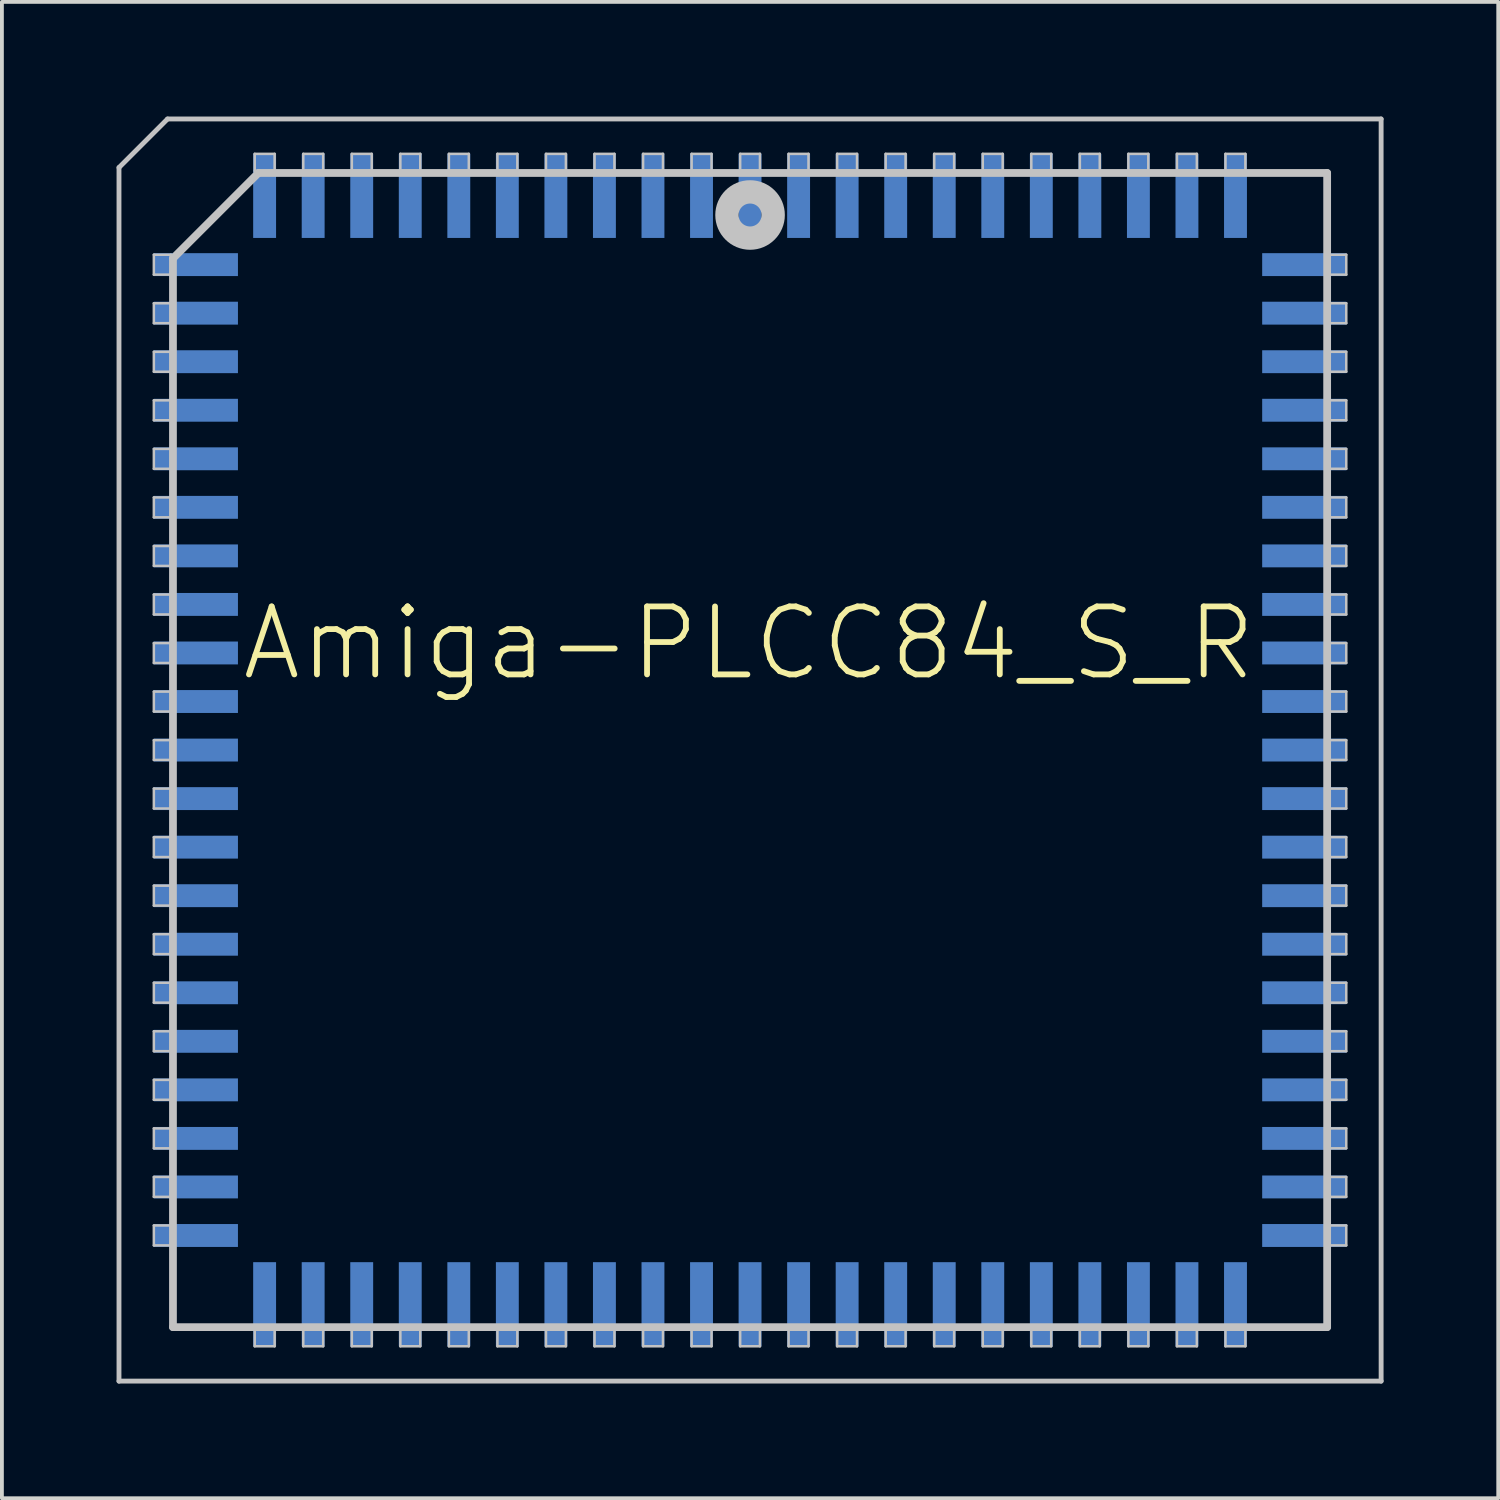
<source format=kicad_pcb>
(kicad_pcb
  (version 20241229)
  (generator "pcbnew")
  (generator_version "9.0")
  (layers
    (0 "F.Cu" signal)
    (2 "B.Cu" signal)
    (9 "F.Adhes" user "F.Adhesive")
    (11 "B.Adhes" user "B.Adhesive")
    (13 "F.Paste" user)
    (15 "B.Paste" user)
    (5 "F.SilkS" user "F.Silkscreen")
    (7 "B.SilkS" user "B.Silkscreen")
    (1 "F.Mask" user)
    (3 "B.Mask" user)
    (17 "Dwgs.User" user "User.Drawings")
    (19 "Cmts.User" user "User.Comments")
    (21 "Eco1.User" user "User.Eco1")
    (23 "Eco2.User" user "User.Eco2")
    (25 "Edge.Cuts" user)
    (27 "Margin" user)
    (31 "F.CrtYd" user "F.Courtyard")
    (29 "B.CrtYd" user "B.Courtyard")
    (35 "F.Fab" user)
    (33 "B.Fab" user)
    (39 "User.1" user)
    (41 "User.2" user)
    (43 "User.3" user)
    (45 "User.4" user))
  (footprint "Amiga-PLCC84_S_R"
    (layer "F.Cu")
    (at 16.573 16.573)
    (property "Reference" "Amiga-PLCC84_S_R" (at -0.028 -2.794 0) (layer "F.SilkS") (effects (font (size 1.778 1.778) (thickness 0.152))))
    (attr smd)
    (fp_line (start -16.51 -15.24) (end -16.51 16.51) (stroke (width 0.127) (type solid)) (layer "Dwgs.User"))
    (fp_line (start -16.51 16.51) (end 16.51 16.51) (stroke (width 0.127) (type solid)) (layer "Dwgs.User"))
    (fp_line (start -15.598 -12.959) (end -15.149 -12.959) (stroke (width 0.066) (type solid)) (layer "Dwgs.User"))
    (fp_line (start -15.598 -12.438) (end -15.598 -12.959) (stroke (width 0.066) (type solid)) (layer "Dwgs.User"))
    (fp_line (start -15.598 -12.438) (end -15.149 -12.438) (stroke (width 0.066) (type solid)) (layer "Dwgs.User"))
    (fp_line (start -15.598 -11.689) (end -15.149 -11.689) (stroke (width 0.066) (type solid)) (layer "Dwgs.User"))
    (fp_line (start -15.598 -11.168) (end -15.598 -11.689) (stroke (width 0.066) (type solid)) (layer "Dwgs.User"))
    (fp_line (start -15.598 -11.168) (end -15.149 -11.168) (stroke (width 0.066) (type solid)) (layer "Dwgs.User"))
    (fp_line (start -15.598 -10.419) (end -15.149 -10.419) (stroke (width 0.066) (type solid)) (layer "Dwgs.User"))
    (fp_line (start -15.598 -9.898) (end -15.598 -10.419) (stroke (width 0.066) (type solid)) (layer "Dwgs.User"))
    (fp_line (start -15.598 -9.898) (end -15.149 -9.898) (stroke (width 0.066) (type solid)) (layer "Dwgs.User"))
    (fp_line (start -15.598 -9.149) (end -15.149 -9.149) (stroke (width 0.066) (type solid)) (layer "Dwgs.User"))
    (fp_line (start -15.598 -8.628) (end -15.598 -9.149) (stroke (width 0.066) (type solid)) (layer "Dwgs.User"))
    (fp_line (start -15.598 -8.628) (end -15.149 -8.628) (stroke (width 0.066) (type solid)) (layer "Dwgs.User"))
    (fp_line (start -15.598 -7.879) (end -15.149 -7.879) (stroke (width 0.066) (type solid)) (layer "Dwgs.User"))
    (fp_line (start -15.598 -7.358) (end -15.598 -7.879) (stroke (width 0.066) (type solid)) (layer "Dwgs.User"))
    (fp_line (start -15.598 -7.358) (end -15.149 -7.358) (stroke (width 0.066) (type solid)) (layer "Dwgs.User"))
    (fp_line (start -15.598 -6.609) (end -15.149 -6.609) (stroke (width 0.066) (type solid)) (layer "Dwgs.User"))
    (fp_line (start -15.598 -6.088) (end -15.598 -6.609) (stroke (width 0.066) (type solid)) (layer "Dwgs.User"))
    (fp_line (start -15.598 -6.088) (end -15.149 -6.088) (stroke (width 0.066) (type solid)) (layer "Dwgs.User"))
    (fp_line (start -15.598 -5.339) (end -15.149 -5.339) (stroke (width 0.066) (type solid)) (layer "Dwgs.User"))
    (fp_line (start -15.598 -4.818) (end -15.598 -5.339) (stroke (width 0.066) (type solid)) (layer "Dwgs.User"))
    (fp_line (start -15.598 -4.818) (end -15.149 -4.818) (stroke (width 0.066) (type solid)) (layer "Dwgs.User"))
    (fp_line (start -15.598 -4.069) (end -15.149 -4.069) (stroke (width 0.066) (type solid)) (layer "Dwgs.User"))
    (fp_line (start -15.598 -3.548) (end -15.598 -4.069) (stroke (width 0.066) (type solid)) (layer "Dwgs.User"))
    (fp_line (start -15.598 -3.548) (end -15.149 -3.548) (stroke (width 0.066) (type solid)) (layer "Dwgs.User"))
    (fp_line (start -15.598 -2.799) (end -15.149 -2.799) (stroke (width 0.066) (type solid)) (layer "Dwgs.User"))
    (fp_line (start -15.598 -2.278) (end -15.598 -2.799) (stroke (width 0.066) (type solid)) (layer "Dwgs.User"))
    (fp_line (start -15.598 -2.278) (end -15.149 -2.278) (stroke (width 0.066) (type solid)) (layer "Dwgs.User"))
    (fp_line (start -15.598 -1.529) (end -15.149 -1.529) (stroke (width 0.066) (type solid)) (layer "Dwgs.User"))
    (fp_line (start -15.598 -1.008) (end -15.598 -1.529) (stroke (width 0.066) (type solid)) (layer "Dwgs.User"))
    (fp_line (start -15.598 -1.008) (end -15.149 -1.008) (stroke (width 0.066) (type solid)) (layer "Dwgs.User"))
    (fp_line (start -15.598 -0.259) (end -15.149 -0.259) (stroke (width 0.066) (type solid)) (layer "Dwgs.User"))
    (fp_line (start -15.598 0.259) (end -15.598 -0.259) (stroke (width 0.066) (type solid)) (layer "Dwgs.User"))
    (fp_line (start -15.598 0.259) (end -15.149 0.259) (stroke (width 0.066) (type solid)) (layer "Dwgs.User"))
    (fp_line (start -15.598 1.008) (end -15.149 1.008) (stroke (width 0.066) (type solid)) (layer "Dwgs.User"))
    (fp_line (start -15.598 1.529) (end -15.598 1.008) (stroke (width 0.066) (type solid)) (layer "Dwgs.User"))
    (fp_line (start -15.598 1.529) (end -15.149 1.529) (stroke (width 0.066) (type solid)) (layer "Dwgs.User"))
    (fp_line (start -15.598 2.278) (end -15.149 2.278) (stroke (width 0.066) (type solid)) (layer "Dwgs.User"))
    (fp_line (start -15.598 2.799) (end -15.598 2.278) (stroke (width 0.066) (type solid)) (layer "Dwgs.User"))
    (fp_line (start -15.598 2.799) (end -15.149 2.799) (stroke (width 0.066) (type solid)) (layer "Dwgs.User"))
    (fp_line (start -15.598 3.548) (end -15.149 3.548) (stroke (width 0.066) (type solid)) (layer "Dwgs.User"))
    (fp_line (start -15.598 4.069) (end -15.598 3.548) (stroke (width 0.066) (type solid)) (layer "Dwgs.User"))
    (fp_line (start -15.598 4.069) (end -15.149 4.069) (stroke (width 0.066) (type solid)) (layer "Dwgs.User"))
    (fp_line (start -15.598 4.818) (end -15.149 4.818) (stroke (width 0.066) (type solid)) (layer "Dwgs.User"))
    (fp_line (start -15.598 5.339) (end -15.598 4.818) (stroke (width 0.066) (type solid)) (layer "Dwgs.User"))
    (fp_line (start -15.598 5.339) (end -15.149 5.339) (stroke (width 0.066) (type solid)) (layer "Dwgs.User"))
    (fp_line (start -15.598 6.088) (end -15.149 6.088) (stroke (width 0.066) (type solid)) (layer "Dwgs.User"))
    (fp_line (start -15.598 6.609) (end -15.598 6.088) (stroke (width 0.066) (type solid)) (layer "Dwgs.User"))
    (fp_line (start -15.598 6.609) (end -15.149 6.609) (stroke (width 0.066) (type solid)) (layer "Dwgs.User"))
    (fp_line (start -15.598 7.358) (end -15.149 7.358) (stroke (width 0.066) (type solid)) (layer "Dwgs.User"))
    (fp_line (start -15.598 7.879) (end -15.598 7.358) (stroke (width 0.066) (type solid)) (layer "Dwgs.User"))
    (fp_line (start -15.598 7.879) (end -15.149 7.879) (stroke (width 0.066) (type solid)) (layer "Dwgs.User"))
    (fp_line (start -15.598 8.628) (end -15.149 8.628) (stroke (width 0.066) (type solid)) (layer "Dwgs.User"))
    (fp_line (start -15.598 9.149) (end -15.598 8.628) (stroke (width 0.066) (type solid)) (layer "Dwgs.User"))
    (fp_line (start -15.598 9.149) (end -15.149 9.149) (stroke (width 0.066) (type solid)) (layer "Dwgs.User"))
    (fp_line (start -15.598 9.898) (end -15.149 9.898) (stroke (width 0.066) (type solid)) (layer "Dwgs.User"))
    (fp_line (start -15.598 10.419) (end -15.598 9.898) (stroke (width 0.066) (type solid)) (layer "Dwgs.User"))
    (fp_line (start -15.598 10.419) (end -15.149 10.419) (stroke (width 0.066) (type solid)) (layer "Dwgs.User"))
    (fp_line (start -15.598 11.168) (end -15.149 11.168) (stroke (width 0.066) (type solid)) (layer "Dwgs.User"))
    (fp_line (start -15.598 11.689) (end -15.598 11.168) (stroke (width 0.066) (type solid)) (layer "Dwgs.User"))
    (fp_line (start -15.598 11.689) (end -15.149 11.689) (stroke (width 0.066) (type solid)) (layer "Dwgs.User"))
    (fp_line (start -15.598 12.438) (end -15.149 12.438) (stroke (width 0.066) (type solid)) (layer "Dwgs.User"))
    (fp_line (start -15.598 12.959) (end -15.598 12.438) (stroke (width 0.066) (type solid)) (layer "Dwgs.User"))
    (fp_line (start -15.598 12.959) (end -15.149 12.959) (stroke (width 0.066) (type solid)) (layer "Dwgs.User"))
    (fp_line (start -15.24 -16.51) (end -16.51 -15.24) (stroke (width 0.127) (type solid)) (layer "Dwgs.User"))
    (fp_line (start -15.149 -12.438) (end -15.149 -12.959) (stroke (width 0.066) (type solid)) (layer "Dwgs.User"))
    (fp_line (start -15.149 -11.168) (end -15.149 -11.689) (stroke (width 0.066) (type solid)) (layer "Dwgs.User"))
    (fp_line (start -15.149 -9.898) (end -15.149 -10.419) (stroke (width 0.066) (type solid)) (layer "Dwgs.User"))
    (fp_line (start -15.149 -8.628) (end -15.149 -9.149) (stroke (width 0.066) (type solid)) (layer "Dwgs.User"))
    (fp_line (start -15.149 -7.358) (end -15.149 -7.879) (stroke (width 0.066) (type solid)) (layer "Dwgs.User"))
    (fp_line (start -15.149 -6.088) (end -15.149 -6.609) (stroke (width 0.066) (type solid)) (layer "Dwgs.User"))
    (fp_line (start -15.149 -4.818) (end -15.149 -5.339) (stroke (width 0.066) (type solid)) (layer "Dwgs.User"))
    (fp_line (start -15.149 -3.548) (end -15.149 -4.069) (stroke (width 0.066) (type solid)) (layer "Dwgs.User"))
    (fp_line (start -15.149 -2.278) (end -15.149 -2.799) (stroke (width 0.066) (type solid)) (layer "Dwgs.User"))
    (fp_line (start -15.149 -1.008) (end -15.149 -1.529) (stroke (width 0.066) (type solid)) (layer "Dwgs.User"))
    (fp_line (start -15.149 0.259) (end -15.149 -0.259) (stroke (width 0.066) (type solid)) (layer "Dwgs.User"))
    (fp_line (start -15.149 1.529) (end -15.149 1.008) (stroke (width 0.066) (type solid)) (layer "Dwgs.User"))
    (fp_line (start -15.149 2.799) (end -15.149 2.278) (stroke (width 0.066) (type solid)) (layer "Dwgs.User"))
    (fp_line (start -15.149 4.069) (end -15.149 3.548) (stroke (width 0.066) (type solid)) (layer "Dwgs.User"))
    (fp_line (start -15.149 5.339) (end -15.149 4.818) (stroke (width 0.066) (type solid)) (layer "Dwgs.User"))
    (fp_line (start -15.149 6.609) (end -15.149 6.088) (stroke (width 0.066) (type solid)) (layer "Dwgs.User"))
    (fp_line (start -15.149 7.879) (end -15.149 7.358) (stroke (width 0.066) (type solid)) (layer "Dwgs.User"))
    (fp_line (start -15.149 9.149) (end -15.149 8.628) (stroke (width 0.066) (type solid)) (layer "Dwgs.User"))
    (fp_line (start -15.149 10.419) (end -15.149 9.898) (stroke (width 0.066) (type solid)) (layer "Dwgs.User"))
    (fp_line (start -15.149 11.689) (end -15.149 11.168) (stroke (width 0.066) (type solid)) (layer "Dwgs.User"))
    (fp_line (start -15.149 12.959) (end -15.149 12.438) (stroke (width 0.066) (type solid)) (layer "Dwgs.User"))
    (fp_line (start -15.098 -12.863) (end -15.098 15.098) (stroke (width 0.203) (type solid)) (layer "Dwgs.User"))
    (fp_line (start -15.098 15.098) (end 15.098 15.098) (stroke (width 0.203) (type solid)) (layer "Dwgs.User"))
    (fp_line (start -12.959 -15.598) (end -12.438 -15.598) (stroke (width 0.066) (type solid)) (layer "Dwgs.User"))
    (fp_line (start -12.959 -15.149) (end -12.959 -15.598) (stroke (width 0.066) (type solid)) (layer "Dwgs.User"))
    (fp_line (start -12.959 -15.149) (end -12.438 -15.149) (stroke (width 0.066) (type solid)) (layer "Dwgs.User"))
    (fp_line (start -12.959 15.149) (end -12.438 15.149) (stroke (width 0.066) (type solid)) (layer "Dwgs.User"))
    (fp_line (start -12.959 15.598) (end -12.959 15.149) (stroke (width 0.066) (type solid)) (layer "Dwgs.User"))
    (fp_line (start -12.959 15.598) (end -12.438 15.598) (stroke (width 0.066) (type solid)) (layer "Dwgs.User"))
    (fp_line (start -12.863 -15.098) (end -15.098 -12.863) (stroke (width 0.203) (type solid)) (layer "Dwgs.User"))
    (fp_line (start -12.438 -15.149) (end -12.438 -15.598) (stroke (width 0.066) (type solid)) (layer "Dwgs.User"))
    (fp_line (start -12.438 15.598) (end -12.438 15.149) (stroke (width 0.066) (type solid)) (layer "Dwgs.User"))
    (fp_line (start -11.689 -15.598) (end -11.168 -15.598) (stroke (width 0.066) (type solid)) (layer "Dwgs.User"))
    (fp_line (start -11.689 -15.149) (end -11.689 -15.598) (stroke (width 0.066) (type solid)) (layer "Dwgs.User"))
    (fp_line (start -11.689 -15.149) (end -11.168 -15.149) (stroke (width 0.066) (type solid)) (layer "Dwgs.User"))
    (fp_line (start -11.689 15.149) (end -11.168 15.149) (stroke (width 0.066) (type solid)) (layer "Dwgs.User"))
    (fp_line (start -11.689 15.598) (end -11.689 15.149) (stroke (width 0.066) (type solid)) (layer "Dwgs.User"))
    (fp_line (start -11.689 15.598) (end -11.168 15.598) (stroke (width 0.066) (type solid)) (layer "Dwgs.User"))
    (fp_line (start -11.168 -15.149) (end -11.168 -15.598) (stroke (width 0.066) (type solid)) (layer "Dwgs.User"))
    (fp_line (start -11.168 15.598) (end -11.168 15.149) (stroke (width 0.066) (type solid)) (layer "Dwgs.User"))
    (fp_line (start -10.419 -15.598) (end -9.898 -15.598) (stroke (width 0.066) (type solid)) (layer "Dwgs.User"))
    (fp_line (start -10.419 -15.149) (end -10.419 -15.598) (stroke (width 0.066) (type solid)) (layer "Dwgs.User"))
    (fp_line (start -10.419 -15.149) (end -9.898 -15.149) (stroke (width 0.066) (type solid)) (layer "Dwgs.User"))
    (fp_line (start -10.419 15.149) (end -9.898 15.149) (stroke (width 0.066) (type solid)) (layer "Dwgs.User"))
    (fp_line (start -10.419 15.598) (end -10.419 15.149) (stroke (width 0.066) (type solid)) (layer "Dwgs.User"))
    (fp_line (start -10.419 15.598) (end -9.898 15.598) (stroke (width 0.066) (type solid)) (layer "Dwgs.User"))
    (fp_line (start -9.898 -15.149) (end -9.898 -15.598) (stroke (width 0.066) (type solid)) (layer "Dwgs.User"))
    (fp_line (start -9.898 15.598) (end -9.898 15.149) (stroke (width 0.066) (type solid)) (layer "Dwgs.User"))
    (fp_line (start -9.149 -15.598) (end -8.628 -15.598) (stroke (width 0.066) (type solid)) (layer "Dwgs.User"))
    (fp_line (start -9.149 -15.149) (end -9.149 -15.598) (stroke (width 0.066) (type solid)) (layer "Dwgs.User"))
    (fp_line (start -9.149 -15.149) (end -8.628 -15.149) (stroke (width 0.066) (type solid)) (layer "Dwgs.User"))
    (fp_line (start -9.149 15.149) (end -8.628 15.149) (stroke (width 0.066) (type solid)) (layer "Dwgs.User"))
    (fp_line (start -9.149 15.598) (end -9.149 15.149) (stroke (width 0.066) (type solid)) (layer "Dwgs.User"))
    (fp_line (start -9.149 15.598) (end -8.628 15.598) (stroke (width 0.066) (type solid)) (layer "Dwgs.User"))
    (fp_line (start -8.628 -15.149) (end -8.628 -15.598) (stroke (width 0.066) (type solid)) (layer "Dwgs.User"))
    (fp_line (start -8.628 15.598) (end -8.628 15.149) (stroke (width 0.066) (type solid)) (layer "Dwgs.User"))
    (fp_line (start -7.879 -15.598) (end -7.358 -15.598) (stroke (width 0.066) (type solid)) (layer "Dwgs.User"))
    (fp_line (start -7.879 -15.149) (end -7.879 -15.598) (stroke (width 0.066) (type solid)) (layer "Dwgs.User"))
    (fp_line (start -7.879 -15.149) (end -7.358 -15.149) (stroke (width 0.066) (type solid)) (layer "Dwgs.User"))
    (fp_line (start -7.879 15.149) (end -7.358 15.149) (stroke (width 0.066) (type solid)) (layer "Dwgs.User"))
    (fp_line (start -7.879 15.598) (end -7.879 15.149) (stroke (width 0.066) (type solid)) (layer "Dwgs.User"))
    (fp_line (start -7.879 15.598) (end -7.358 15.598) (stroke (width 0.066) (type solid)) (layer "Dwgs.User"))
    (fp_line (start -7.358 -15.149) (end -7.358 -15.598) (stroke (width 0.066) (type solid)) (layer "Dwgs.User"))
    (fp_line (start -7.358 15.598) (end -7.358 15.149) (stroke (width 0.066) (type solid)) (layer "Dwgs.User"))
    (fp_line (start -6.609 -15.598) (end -6.088 -15.598) (stroke (width 0.066) (type solid)) (layer "Dwgs.User"))
    (fp_line (start -6.609 -15.149) (end -6.609 -15.598) (stroke (width 0.066) (type solid)) (layer "Dwgs.User"))
    (fp_line (start -6.609 -15.149) (end -6.088 -15.149) (stroke (width 0.066) (type solid)) (layer "Dwgs.User"))
    (fp_line (start -6.609 15.149) (end -6.088 15.149) (stroke (width 0.066) (type solid)) (layer "Dwgs.User"))
    (fp_line (start -6.609 15.598) (end -6.609 15.149) (stroke (width 0.066) (type solid)) (layer "Dwgs.User"))
    (fp_line (start -6.609 15.598) (end -6.088 15.598) (stroke (width 0.066) (type solid)) (layer "Dwgs.User"))
    (fp_line (start -6.088 -15.149) (end -6.088 -15.598) (stroke (width 0.066) (type solid)) (layer "Dwgs.User"))
    (fp_line (start -6.088 15.598) (end -6.088 15.149) (stroke (width 0.066) (type solid)) (layer "Dwgs.User"))
    (fp_line (start -5.339 -15.598) (end -4.818 -15.598) (stroke (width 0.066) (type solid)) (layer "Dwgs.User"))
    (fp_line (start -5.339 -15.149) (end -5.339 -15.598) (stroke (width 0.066) (type solid)) (layer "Dwgs.User"))
    (fp_line (start -5.339 -15.149) (end -4.818 -15.149) (stroke (width 0.066) (type solid)) (layer "Dwgs.User"))
    (fp_line (start -5.339 15.149) (end -4.818 15.149) (stroke (width 0.066) (type solid)) (layer "Dwgs.User"))
    (fp_line (start -5.339 15.598) (end -5.339 15.149) (stroke (width 0.066) (type solid)) (layer "Dwgs.User"))
    (fp_line (start -5.339 15.598) (end -4.818 15.598) (stroke (width 0.066) (type solid)) (layer "Dwgs.User"))
    (fp_line (start -4.818 -15.149) (end -4.818 -15.598) (stroke (width 0.066) (type solid)) (layer "Dwgs.User"))
    (fp_line (start -4.818 15.598) (end -4.818 15.149) (stroke (width 0.066) (type solid)) (layer "Dwgs.User"))
    (fp_line (start -4.069 -15.598) (end -3.548 -15.598) (stroke (width 0.066) (type solid)) (layer "Dwgs.User"))
    (fp_line (start -4.069 -15.149) (end -4.069 -15.598) (stroke (width 0.066) (type solid)) (layer "Dwgs.User"))
    (fp_line (start -4.069 -15.149) (end -3.548 -15.149) (stroke (width 0.066) (type solid)) (layer "Dwgs.User"))
    (fp_line (start -4.069 15.149) (end -3.548 15.149) (stroke (width 0.066) (type solid)) (layer "Dwgs.User"))
    (fp_line (start -4.069 15.598) (end -4.069 15.149) (stroke (width 0.066) (type solid)) (layer "Dwgs.User"))
    (fp_line (start -4.069 15.598) (end -3.548 15.598) (stroke (width 0.066) (type solid)) (layer "Dwgs.User"))
    (fp_line (start -3.548 -15.149) (end -3.548 -15.598) (stroke (width 0.066) (type solid)) (layer "Dwgs.User"))
    (fp_line (start -3.548 15.598) (end -3.548 15.149) (stroke (width 0.066) (type solid)) (layer "Dwgs.User"))
    (fp_line (start -2.799 -15.598) (end -2.278 -15.598) (stroke (width 0.066) (type solid)) (layer "Dwgs.User"))
    (fp_line (start -2.799 -15.149) (end -2.799 -15.598) (stroke (width 0.066) (type solid)) (layer "Dwgs.User"))
    (fp_line (start -2.799 -15.149) (end -2.278 -15.149) (stroke (width 0.066) (type solid)) (layer "Dwgs.User"))
    (fp_line (start -2.799 15.149) (end -2.278 15.149) (stroke (width 0.066) (type solid)) (layer "Dwgs.User"))
    (fp_line (start -2.799 15.598) (end -2.799 15.149) (stroke (width 0.066) (type solid)) (layer "Dwgs.User"))
    (fp_line (start -2.799 15.598) (end -2.278 15.598) (stroke (width 0.066) (type solid)) (layer "Dwgs.User"))
    (fp_line (start -2.278 -15.149) (end -2.278 -15.598) (stroke (width 0.066) (type solid)) (layer "Dwgs.User"))
    (fp_line (start -2.278 15.598) (end -2.278 15.149) (stroke (width 0.066) (type solid)) (layer "Dwgs.User"))
    (fp_line (start -1.529 -15.598) (end -1.008 -15.598) (stroke (width 0.066) (type solid)) (layer "Dwgs.User"))
    (fp_line (start -1.529 -15.149) (end -1.529 -15.598) (stroke (width 0.066) (type solid)) (layer "Dwgs.User"))
    (fp_line (start -1.529 -15.149) (end -1.008 -15.149) (stroke (width 0.066) (type solid)) (layer "Dwgs.User"))
    (fp_line (start -1.529 15.149) (end -1.008 15.149) (stroke (width 0.066) (type solid)) (layer "Dwgs.User"))
    (fp_line (start -1.529 15.598) (end -1.529 15.149) (stroke (width 0.066) (type solid)) (layer "Dwgs.User"))
    (fp_line (start -1.529 15.598) (end -1.008 15.598) (stroke (width 0.066) (type solid)) (layer "Dwgs.User"))
    (fp_line (start -1.008 -15.149) (end -1.008 -15.598) (stroke (width 0.066) (type solid)) (layer "Dwgs.User"))
    (fp_line (start -1.008 15.598) (end -1.008 15.149) (stroke (width 0.066) (type solid)) (layer "Dwgs.User"))
    (fp_line (start -0.259 -15.598) (end 0.259 -15.598) (stroke (width 0.066) (type solid)) (layer "Dwgs.User"))
    (fp_line (start -0.259 -15.149) (end -0.259 -15.598) (stroke (width 0.066) (type solid)) (layer "Dwgs.User"))
    (fp_line (start -0.259 -15.149) (end 0.259 -15.149) (stroke (width 0.066) (type solid)) (layer "Dwgs.User"))
    (fp_line (start -0.259 15.149) (end 0.259 15.149) (stroke (width 0.066) (type solid)) (layer "Dwgs.User"))
    (fp_line (start -0.259 15.598) (end -0.259 15.149) (stroke (width 0.066) (type solid)) (layer "Dwgs.User"))
    (fp_line (start -0.259 15.598) (end 0.259 15.598) (stroke (width 0.066) (type solid)) (layer "Dwgs.User"))
    (fp_line (start 0.259 -15.149) (end 0.259 -15.598) (stroke (width 0.066) (type solid)) (layer "Dwgs.User"))
    (fp_line (start 0.259 15.598) (end 0.259 15.149) (stroke (width 0.066) (type solid)) (layer "Dwgs.User"))
    (fp_line (start 1.008 -15.598) (end 1.529 -15.598) (stroke (width 0.066) (type solid)) (layer "Dwgs.User"))
    (fp_line (start 1.008 -15.149) (end 1.008 -15.598) (stroke (width 0.066) (type solid)) (layer "Dwgs.User"))
    (fp_line (start 1.008 -15.149) (end 1.529 -15.149) (stroke (width 0.066) (type solid)) (layer "Dwgs.User"))
    (fp_line (start 1.008 15.149) (end 1.529 15.149) (stroke (width 0.066) (type solid)) (layer "Dwgs.User"))
    (fp_line (start 1.008 15.598) (end 1.008 15.149) (stroke (width 0.066) (type solid)) (layer "Dwgs.User"))
    (fp_line (start 1.008 15.598) (end 1.529 15.598) (stroke (width 0.066) (type solid)) (layer "Dwgs.User"))
    (fp_line (start 1.529 -15.149) (end 1.529 -15.598) (stroke (width 0.066) (type solid)) (layer "Dwgs.User"))
    (fp_line (start 1.529 15.598) (end 1.529 15.149) (stroke (width 0.066) (type solid)) (layer "Dwgs.User"))
    (fp_line (start 2.278 -15.598) (end 2.799 -15.598) (stroke (width 0.066) (type solid)) (layer "Dwgs.User"))
    (fp_line (start 2.278 -15.149) (end 2.278 -15.598) (stroke (width 0.066) (type solid)) (layer "Dwgs.User"))
    (fp_line (start 2.278 -15.149) (end 2.799 -15.149) (stroke (width 0.066) (type solid)) (layer "Dwgs.User"))
    (fp_line (start 2.278 15.149) (end 2.799 15.149) (stroke (width 0.066) (type solid)) (layer "Dwgs.User"))
    (fp_line (start 2.278 15.598) (end 2.278 15.149) (stroke (width 0.066) (type solid)) (layer "Dwgs.User"))
    (fp_line (start 2.278 15.598) (end 2.799 15.598) (stroke (width 0.066) (type solid)) (layer "Dwgs.User"))
    (fp_line (start 2.799 -15.149) (end 2.799 -15.598) (stroke (width 0.066) (type solid)) (layer "Dwgs.User"))
    (fp_line (start 2.799 15.598) (end 2.799 15.149) (stroke (width 0.066) (type solid)) (layer "Dwgs.User"))
    (fp_line (start 3.548 -15.598) (end 4.069 -15.598) (stroke (width 0.066) (type solid)) (layer "Dwgs.User"))
    (fp_line (start 3.548 -15.149) (end 3.548 -15.598) (stroke (width 0.066) (type solid)) (layer "Dwgs.User"))
    (fp_line (start 3.548 -15.149) (end 4.069 -15.149) (stroke (width 0.066) (type solid)) (layer "Dwgs.User"))
    (fp_line (start 3.548 15.149) (end 4.069 15.149) (stroke (width 0.066) (type solid)) (layer "Dwgs.User"))
    (fp_line (start 3.548 15.598) (end 3.548 15.149) (stroke (width 0.066) (type solid)) (layer "Dwgs.User"))
    (fp_line (start 3.548 15.598) (end 4.069 15.598) (stroke (width 0.066) (type solid)) (layer "Dwgs.User"))
    (fp_line (start 4.069 -15.149) (end 4.069 -15.598) (stroke (width 0.066) (type solid)) (layer "Dwgs.User"))
    (fp_line (start 4.069 15.598) (end 4.069 15.149) (stroke (width 0.066) (type solid)) (layer "Dwgs.User"))
    (fp_line (start 4.818 -15.598) (end 5.339 -15.598) (stroke (width 0.066) (type solid)) (layer "Dwgs.User"))
    (fp_line (start 4.818 -15.149) (end 4.818 -15.598) (stroke (width 0.066) (type solid)) (layer "Dwgs.User"))
    (fp_line (start 4.818 -15.149) (end 5.339 -15.149) (stroke (width 0.066) (type solid)) (layer "Dwgs.User"))
    (fp_line (start 4.818 15.149) (end 5.339 15.149) (stroke (width 0.066) (type solid)) (layer "Dwgs.User"))
    (fp_line (start 4.818 15.598) (end 4.818 15.149) (stroke (width 0.066) (type solid)) (layer "Dwgs.User"))
    (fp_line (start 4.818 15.598) (end 5.339 15.598) (stroke (width 0.066) (type solid)) (layer "Dwgs.User"))
    (fp_line (start 5.339 -15.149) (end 5.339 -15.598) (stroke (width 0.066) (type solid)) (layer "Dwgs.User"))
    (fp_line (start 5.339 15.598) (end 5.339 15.149) (stroke (width 0.066) (type solid)) (layer "Dwgs.User"))
    (fp_line (start 6.088 -15.598) (end 6.609 -15.598) (stroke (width 0.066) (type solid)) (layer "Dwgs.User"))
    (fp_line (start 6.088 -15.149) (end 6.088 -15.598) (stroke (width 0.066) (type solid)) (layer "Dwgs.User"))
    (fp_line (start 6.088 -15.149) (end 6.609 -15.149) (stroke (width 0.066) (type solid)) (layer "Dwgs.User"))
    (fp_line (start 6.088 15.149) (end 6.609 15.149) (stroke (width 0.066) (type solid)) (layer "Dwgs.User"))
    (fp_line (start 6.088 15.598) (end 6.088 15.149) (stroke (width 0.066) (type solid)) (layer "Dwgs.User"))
    (fp_line (start 6.088 15.598) (end 6.609 15.598) (stroke (width 0.066) (type solid)) (layer "Dwgs.User"))
    (fp_line (start 6.609 -15.149) (end 6.609 -15.598) (stroke (width 0.066) (type solid)) (layer "Dwgs.User"))
    (fp_line (start 6.609 15.598) (end 6.609 15.149) (stroke (width 0.066) (type solid)) (layer "Dwgs.User"))
    (fp_line (start 7.358 -15.598) (end 7.879 -15.598) (stroke (width 0.066) (type solid)) (layer "Dwgs.User"))
    (fp_line (start 7.358 -15.149) (end 7.358 -15.598) (stroke (width 0.066) (type solid)) (layer "Dwgs.User"))
    (fp_line (start 7.358 -15.149) (end 7.879 -15.149) (stroke (width 0.066) (type solid)) (layer "Dwgs.User"))
    (fp_line (start 7.358 15.149) (end 7.879 15.149) (stroke (width 0.066) (type solid)) (layer "Dwgs.User"))
    (fp_line (start 7.358 15.598) (end 7.358 15.149) (stroke (width 0.066) (type solid)) (layer "Dwgs.User"))
    (fp_line (start 7.358 15.598) (end 7.879 15.598) (stroke (width 0.066) (type solid)) (layer "Dwgs.User"))
    (fp_line (start 7.879 -15.149) (end 7.879 -15.598) (stroke (width 0.066) (type solid)) (layer "Dwgs.User"))
    (fp_line (start 7.879 15.598) (end 7.879 15.149) (stroke (width 0.066) (type solid)) (layer "Dwgs.User"))
    (fp_line (start 8.628 -15.598) (end 9.149 -15.598) (stroke (width 0.066) (type solid)) (layer "Dwgs.User"))
    (fp_line (start 8.628 -15.149) (end 8.628 -15.598) (stroke (width 0.066) (type solid)) (layer "Dwgs.User"))
    (fp_line (start 8.628 -15.149) (end 9.149 -15.149) (stroke (width 0.066) (type solid)) (layer "Dwgs.User"))
    (fp_line (start 8.628 15.149) (end 9.149 15.149) (stroke (width 0.066) (type solid)) (layer "Dwgs.User"))
    (fp_line (start 8.628 15.598) (end 8.628 15.149) (stroke (width 0.066) (type solid)) (layer "Dwgs.User"))
    (fp_line (start 8.628 15.598) (end 9.149 15.598) (stroke (width 0.066) (type solid)) (layer "Dwgs.User"))
    (fp_line (start 9.149 -15.149) (end 9.149 -15.598) (stroke (width 0.066) (type solid)) (layer "Dwgs.User"))
    (fp_line (start 9.149 15.598) (end 9.149 15.149) (stroke (width 0.066) (type solid)) (layer "Dwgs.User"))
    (fp_line (start 9.898 -15.598) (end 10.419 -15.598) (stroke (width 0.066) (type solid)) (layer "Dwgs.User"))
    (fp_line (start 9.898 -15.149) (end 9.898 -15.598) (stroke (width 0.066) (type solid)) (layer "Dwgs.User"))
    (fp_line (start 9.898 -15.149) (end 10.419 -15.149) (stroke (width 0.066) (type solid)) (layer "Dwgs.User"))
    (fp_line (start 9.898 15.149) (end 10.419 15.149) (stroke (width 0.066) (type solid)) (layer "Dwgs.User"))
    (fp_line (start 9.898 15.598) (end 9.898 15.149) (stroke (width 0.066) (type solid)) (layer "Dwgs.User"))
    (fp_line (start 9.898 15.598) (end 10.419 15.598) (stroke (width 0.066) (type solid)) (layer "Dwgs.User"))
    (fp_line (start 10.419 -15.149) (end 10.419 -15.598) (stroke (width 0.066) (type solid)) (layer "Dwgs.User"))
    (fp_line (start 10.419 15.598) (end 10.419 15.149) (stroke (width 0.066) (type solid)) (layer "Dwgs.User"))
    (fp_line (start 11.168 -15.598) (end 11.689 -15.598) (stroke (width 0.066) (type solid)) (layer "Dwgs.User"))
    (fp_line (start 11.168 -15.149) (end 11.168 -15.598) (stroke (width 0.066) (type solid)) (layer "Dwgs.User"))
    (fp_line (start 11.168 -15.149) (end 11.689 -15.149) (stroke (width 0.066) (type solid)) (layer "Dwgs.User"))
    (fp_line (start 11.168 15.149) (end 11.689 15.149) (stroke (width 0.066) (type solid)) (layer "Dwgs.User"))
    (fp_line (start 11.168 15.598) (end 11.168 15.149) (stroke (width 0.066) (type solid)) (layer "Dwgs.User"))
    (fp_line (start 11.168 15.598) (end 11.689 15.598) (stroke (width 0.066) (type solid)) (layer "Dwgs.User"))
    (fp_line (start 11.689 -15.149) (end 11.689 -15.598) (stroke (width 0.066) (type solid)) (layer "Dwgs.User"))
    (fp_line (start 11.689 15.598) (end 11.689 15.149) (stroke (width 0.066) (type solid)) (layer "Dwgs.User"))
    (fp_line (start 12.438 -15.598) (end 12.959 -15.598) (stroke (width 0.066) (type solid)) (layer "Dwgs.User"))
    (fp_line (start 12.438 -15.149) (end 12.438 -15.598) (stroke (width 0.066) (type solid)) (layer "Dwgs.User"))
    (fp_line (start 12.438 -15.149) (end 12.959 -15.149) (stroke (width 0.066) (type solid)) (layer "Dwgs.User"))
    (fp_line (start 12.438 15.149) (end 12.959 15.149) (stroke (width 0.066) (type solid)) (layer "Dwgs.User"))
    (fp_line (start 12.438 15.598) (end 12.438 15.149) (stroke (width 0.066) (type solid)) (layer "Dwgs.User"))
    (fp_line (start 12.438 15.598) (end 12.959 15.598) (stroke (width 0.066) (type solid)) (layer "Dwgs.User"))
    (fp_line (start 12.959 -15.149) (end 12.959 -15.598) (stroke (width 0.066) (type solid)) (layer "Dwgs.User"))
    (fp_line (start 12.959 15.598) (end 12.959 15.149) (stroke (width 0.066) (type solid)) (layer "Dwgs.User"))
    (fp_line (start 15.098 -15.098) (end -12.863 -15.098) (stroke (width 0.203) (type solid)) (layer "Dwgs.User"))
    (fp_line (start 15.098 15.098) (end 15.098 -15.098) (stroke (width 0.203) (type solid)) (layer "Dwgs.User"))
    (fp_line (start 15.149 -12.959) (end 15.598 -12.959) (stroke (width 0.066) (type solid)) (layer "Dwgs.User"))
    (fp_line (start 15.149 -12.438) (end 15.149 -12.959) (stroke (width 0.066) (type solid)) (layer "Dwgs.User"))
    (fp_line (start 15.149 -12.438) (end 15.598 -12.438) (stroke (width 0.066) (type solid)) (layer "Dwgs.User"))
    (fp_line (start 15.149 -11.689) (end 15.598 -11.689) (stroke (width 0.066) (type solid)) (layer "Dwgs.User"))
    (fp_line (start 15.149 -11.168) (end 15.149 -11.689) (stroke (width 0.066) (type solid)) (layer "Dwgs.User"))
    (fp_line (start 15.149 -11.168) (end 15.598 -11.168) (stroke (width 0.066) (type solid)) (layer "Dwgs.User"))
    (fp_line (start 15.149 -10.419) (end 15.598 -10.419) (stroke (width 0.066) (type solid)) (layer "Dwgs.User"))
    (fp_line (start 15.149 -9.898) (end 15.149 -10.419) (stroke (width 0.066) (type solid)) (layer "Dwgs.User"))
    (fp_line (start 15.149 -9.898) (end 15.598 -9.898) (stroke (width 0.066) (type solid)) (layer "Dwgs.User"))
    (fp_line (start 15.149 -9.149) (end 15.598 -9.149) (stroke (width 0.066) (type solid)) (layer "Dwgs.User"))
    (fp_line (start 15.149 -8.628) (end 15.149 -9.149) (stroke (width 0.066) (type solid)) (layer "Dwgs.User"))
    (fp_line (start 15.149 -8.628) (end 15.598 -8.628) (stroke (width 0.066) (type solid)) (layer "Dwgs.User"))
    (fp_line (start 15.149 -7.879) (end 15.598 -7.879) (stroke (width 0.066) (type solid)) (layer "Dwgs.User"))
    (fp_line (start 15.149 -7.358) (end 15.149 -7.879) (stroke (width 0.066) (type solid)) (layer "Dwgs.User"))
    (fp_line (start 15.149 -7.358) (end 15.598 -7.358) (stroke (width 0.066) (type solid)) (layer "Dwgs.User"))
    (fp_line (start 15.149 -6.609) (end 15.598 -6.609) (stroke (width 0.066) (type solid)) (layer "Dwgs.User"))
    (fp_line (start 15.149 -6.088) (end 15.149 -6.609) (stroke (width 0.066) (type solid)) (layer "Dwgs.User"))
    (fp_line (start 15.149 -6.088) (end 15.598 -6.088) (stroke (width 0.066) (type solid)) (layer "Dwgs.User"))
    (fp_line (start 15.149 -5.339) (end 15.598 -5.339) (stroke (width 0.066) (type solid)) (layer "Dwgs.User"))
    (fp_line (start 15.149 -4.818) (end 15.149 -5.339) (stroke (width 0.066) (type solid)) (layer "Dwgs.User"))
    (fp_line (start 15.149 -4.818) (end 15.598 -4.818) (stroke (width 0.066) (type solid)) (layer "Dwgs.User"))
    (fp_line (start 15.149 -4.069) (end 15.598 -4.069) (stroke (width 0.066) (type solid)) (layer "Dwgs.User"))
    (fp_line (start 15.149 -3.548) (end 15.149 -4.069) (stroke (width 0.066) (type solid)) (layer "Dwgs.User"))
    (fp_line (start 15.149 -3.548) (end 15.598 -3.548) (stroke (width 0.066) (type solid)) (layer "Dwgs.User"))
    (fp_line (start 15.149 -2.799) (end 15.598 -2.799) (stroke (width 0.066) (type solid)) (layer "Dwgs.User"))
    (fp_line (start 15.149 -2.278) (end 15.149 -2.799) (stroke (width 0.066) (type solid)) (layer "Dwgs.User"))
    (fp_line (start 15.149 -2.278) (end 15.598 -2.278) (stroke (width 0.066) (type solid)) (layer "Dwgs.User"))
    (fp_line (start 15.149 -1.529) (end 15.598 -1.529) (stroke (width 0.066) (type solid)) (layer "Dwgs.User"))
    (fp_line (start 15.149 -1.008) (end 15.149 -1.529) (stroke (width 0.066) (type solid)) (layer "Dwgs.User"))
    (fp_line (start 15.149 -1.008) (end 15.598 -1.008) (stroke (width 0.066) (type solid)) (layer "Dwgs.User"))
    (fp_line (start 15.149 -0.259) (end 15.598 -0.259) (stroke (width 0.066) (type solid)) (layer "Dwgs.User"))
    (fp_line (start 15.149 0.259) (end 15.149 -0.259) (stroke (width 0.066) (type solid)) (layer "Dwgs.User"))
    (fp_line (start 15.149 0.259) (end 15.598 0.259) (stroke (width 0.066) (type solid)) (layer "Dwgs.User"))
    (fp_line (start 15.149 1.008) (end 15.598 1.008) (stroke (width 0.066) (type solid)) (layer "Dwgs.User"))
    (fp_line (start 15.149 1.529) (end 15.149 1.008) (stroke (width 0.066) (type solid)) (layer "Dwgs.User"))
    (fp_line (start 15.149 1.529) (end 15.598 1.529) (stroke (width 0.066) (type solid)) (layer "Dwgs.User"))
    (fp_line (start 15.149 2.278) (end 15.598 2.278) (stroke (width 0.066) (type solid)) (layer "Dwgs.User"))
    (fp_line (start 15.149 2.799) (end 15.149 2.278) (stroke (width 0.066) (type solid)) (layer "Dwgs.User"))
    (fp_line (start 15.149 2.799) (end 15.598 2.799) (stroke (width 0.066) (type solid)) (layer "Dwgs.User"))
    (fp_line (start 15.149 3.548) (end 15.598 3.548) (stroke (width 0.066) (type solid)) (layer "Dwgs.User"))
    (fp_line (start 15.149 4.069) (end 15.149 3.548) (stroke (width 0.066) (type solid)) (layer "Dwgs.User"))
    (fp_line (start 15.149 4.069) (end 15.598 4.069) (stroke (width 0.066) (type solid)) (layer "Dwgs.User"))
    (fp_line (start 15.149 4.818) (end 15.598 4.818) (stroke (width 0.066) (type solid)) (layer "Dwgs.User"))
    (fp_line (start 15.149 5.339) (end 15.149 4.818) (stroke (width 0.066) (type solid)) (layer "Dwgs.User"))
    (fp_line (start 15.149 5.339) (end 15.598 5.339) (stroke (width 0.066) (type solid)) (layer "Dwgs.User"))
    (fp_line (start 15.149 6.088) (end 15.598 6.088) (stroke (width 0.066) (type solid)) (layer "Dwgs.User"))
    (fp_line (start 15.149 6.609) (end 15.149 6.088) (stroke (width 0.066) (type solid)) (layer "Dwgs.User"))
    (fp_line (start 15.149 6.609) (end 15.598 6.609) (stroke (width 0.066) (type solid)) (layer "Dwgs.User"))
    (fp_line (start 15.149 7.358) (end 15.598 7.358) (stroke (width 0.066) (type solid)) (layer "Dwgs.User"))
    (fp_line (start 15.149 7.879) (end 15.149 7.358) (stroke (width 0.066) (type solid)) (layer "Dwgs.User"))
    (fp_line (start 15.149 7.879) (end 15.598 7.879) (stroke (width 0.066) (type solid)) (layer "Dwgs.User"))
    (fp_line (start 15.149 8.628) (end 15.598 8.628) (stroke (width 0.066) (type solid)) (layer "Dwgs.User"))
    (fp_line (start 15.149 9.149) (end 15.149 8.628) (stroke (width 0.066) (type solid)) (layer "Dwgs.User"))
    (fp_line (start 15.149 9.149) (end 15.598 9.149) (stroke (width 0.066) (type solid)) (layer "Dwgs.User"))
    (fp_line (start 15.149 9.898) (end 15.598 9.898) (stroke (width 0.066) (type solid)) (layer "Dwgs.User"))
    (fp_line (start 15.149 10.419) (end 15.149 9.898) (stroke (width 0.066) (type solid)) (layer "Dwgs.User"))
    (fp_line (start 15.149 10.419) (end 15.598 10.419) (stroke (width 0.066) (type solid)) (layer "Dwgs.User"))
    (fp_line (start 15.149 11.168) (end 15.598 11.168) (stroke (width 0.066) (type solid)) (layer "Dwgs.User"))
    (fp_line (start 15.149 11.689) (end 15.149 11.168) (stroke (width 0.066) (type solid)) (layer "Dwgs.User"))
    (fp_line (start 15.149 11.689) (end 15.598 11.689) (stroke (width 0.066) (type solid)) (layer "Dwgs.User"))
    (fp_line (start 15.149 12.438) (end 15.598 12.438) (stroke (width 0.066) (type solid)) (layer "Dwgs.User"))
    (fp_line (start 15.149 12.959) (end 15.149 12.438) (stroke (width 0.066) (type solid)) (layer "Dwgs.User"))
    (fp_line (start 15.149 12.959) (end 15.598 12.959) (stroke (width 0.066) (type solid)) (layer "Dwgs.User"))
    (fp_line (start 15.598 -12.438) (end 15.598 -12.959) (stroke (width 0.066) (type solid)) (layer "Dwgs.User"))
    (fp_line (start 15.598 -11.168) (end 15.598 -11.689) (stroke (width 0.066) (type solid)) (layer "Dwgs.User"))
    (fp_line (start 15.598 -9.898) (end 15.598 -10.419) (stroke (width 0.066) (type solid)) (layer "Dwgs.User"))
    (fp_line (start 15.598 -8.628) (end 15.598 -9.149) (stroke (width 0.066) (type solid)) (layer "Dwgs.User"))
    (fp_line (start 15.598 -7.358) (end 15.598 -7.879) (stroke (width 0.066) (type solid)) (layer "Dwgs.User"))
    (fp_line (start 15.598 -6.088) (end 15.598 -6.609) (stroke (width 0.066) (type solid)) (layer "Dwgs.User"))
    (fp_line (start 15.598 -4.818) (end 15.598 -5.339) (stroke (width 0.066) (type solid)) (layer "Dwgs.User"))
    (fp_line (start 15.598 -3.548) (end 15.598 -4.069) (stroke (width 0.066) (type solid)) (layer "Dwgs.User"))
    (fp_line (start 15.598 -2.278) (end 15.598 -2.799) (stroke (width 0.066) (type solid)) (layer "Dwgs.User"))
    (fp_line (start 15.598 -1.008) (end 15.598 -1.529) (stroke (width 0.066) (type solid)) (layer "Dwgs.User"))
    (fp_line (start 15.598 0.259) (end 15.598 -0.259) (stroke (width 0.066) (type solid)) (layer "Dwgs.User"))
    (fp_line (start 15.598 1.529) (end 15.598 1.008) (stroke (width 0.066) (type solid)) (layer "Dwgs.User"))
    (fp_line (start 15.598 2.799) (end 15.598 2.278) (stroke (width 0.066) (type solid)) (layer "Dwgs.User"))
    (fp_line (start 15.598 4.069) (end 15.598 3.548) (stroke (width 0.066) (type solid)) (layer "Dwgs.User"))
    (fp_line (start 15.598 5.339) (end 15.598 4.818) (stroke (width 0.066) (type solid)) (layer "Dwgs.User"))
    (fp_line (start 15.598 6.609) (end 15.598 6.088) (stroke (width 0.066) (type solid)) (layer "Dwgs.User"))
    (fp_line (start 15.598 7.879) (end 15.598 7.358) (stroke (width 0.066) (type solid)) (layer "Dwgs.User"))
    (fp_line (start 15.598 9.149) (end 15.598 8.628) (stroke (width 0.066) (type solid)) (layer "Dwgs.User"))
    (fp_line (start 15.598 10.419) (end 15.598 9.898) (stroke (width 0.066) (type solid)) (layer "Dwgs.User"))
    (fp_line (start 15.598 11.689) (end 15.598 11.168) (stroke (width 0.066) (type solid)) (layer "Dwgs.User"))
    (fp_line (start 15.598 12.959) (end 15.598 12.438) (stroke (width 0.066) (type solid)) (layer "Dwgs.User"))
    (fp_line (start 16.51 -16.51) (end -15.24 -16.51) (stroke (width 0.127) (type solid)) (layer "Dwgs.User"))
    (fp_line (start 16.51 16.51) (end 16.51 -16.51) (stroke (width 0.127) (type solid)) (layer "Dwgs.User"))
    (fp_circle (center 0 -13.998) (end 0 -14.298) (stroke (width 0.61) (type solid)) (fill no) (layer "Dwgs.User"))
    (pad "1" smd rect (at 0 -14.498 180) (size 0.599 2.2) (layers "B.Cu" "B.Mask"))
    (pad "2" smd rect (at -1.27 -14.498 180) (size 0.599 2.2) (layers "B.Cu" "B.Mask"))
    (pad "3" smd rect (at -2.54 -14.498 180) (size 0.599 2.2) (layers "B.Cu" "B.Mask"))
    (pad "4" smd rect (at -3.81 -14.498 180) (size 0.599 2.2) (layers "B.Cu" "B.Mask"))
    (pad "5" smd rect (at -5.08 -14.498 180) (size 0.599 2.2) (layers "B.Cu" "B.Mask"))
    (pad "6" smd rect (at -6.35 -14.498 180) (size 0.599 2.2) (layers "B.Cu" "B.Mask"))
    (pad "7" smd rect (at -7.62 -14.498 180) (size 0.599 2.2) (layers "B.Cu" "B.Mask"))
    (pad "8" smd rect (at -8.89 -14.498 180) (size 0.599 2.2) (layers "B.Cu" "B.Mask"))
    (pad "9" smd rect (at -10.16 -14.498 180) (size 0.599 2.2) (layers "B.Cu" "B.Mask"))
    (pad "10" smd rect (at -11.43 -14.498 180) (size 0.599 2.2) (layers "B.Cu" "B.Mask"))
    (pad "11" smd rect (at -12.7 -14.498 180) (size 0.599 2.2) (layers "B.Cu" "B.Mask"))
    (pad "12" smd rect (at -14.498 -12.7 180) (size 2.2 0.599) (layers "B.Cu" "B.Mask"))
    (pad "13" smd rect (at -14.498 -11.43 180) (size 2.2 0.599) (layers "B.Cu" "B.Mask"))
    (pad "14" smd rect (at -14.498 -10.16 180) (size 2.2 0.599) (layers "B.Cu" "B.Mask"))
    (pad "15" smd rect (at -14.498 -8.89 180) (size 2.2 0.599) (layers "B.Cu" "B.Mask"))
    (pad "16" smd rect (at -14.498 -7.62 180) (size 2.2 0.599) (layers "B.Cu" "B.Mask"))
    (pad "17" smd rect (at -14.498 -6.35 180) (size 2.2 0.599) (layers "B.Cu" "B.Mask"))
    (pad "18" smd rect (at -14.498 -5.08 180) (size 2.2 0.599) (layers "B.Cu" "B.Mask"))
    (pad "19" smd rect (at -14.498 -3.81 180) (size 2.2 0.599) (layers "B.Cu" "B.Mask"))
    (pad "20" smd rect (at -14.498 -2.54 180) (size 2.2 0.599) (layers "B.Cu" "B.Mask"))
    (pad "21" smd rect (at -14.498 -1.27 180) (size 2.2 0.599) (layers "B.Cu" "B.Mask"))
    (pad "22" smd rect (at -14.498 0 180) (size 2.2 0.599) (layers "B.Cu" "B.Mask"))
    (pad "23" smd rect (at -14.498 1.27 180) (size 2.2 0.599) (layers "B.Cu" "B.Mask"))
    (pad "24" smd rect (at -14.498 2.54 180) (size 2.2 0.599) (layers "B.Cu" "B.Mask"))
    (pad "25" smd rect (at -14.498 3.81 180) (size 2.2 0.599) (layers "B.Cu" "B.Mask"))
    (pad "26" smd rect (at -14.498 5.08 180) (size 2.2 0.599) (layers "B.Cu" "B.Mask"))
    (pad "27" smd rect (at -14.498 6.35 180) (size 2.2 0.599) (layers "B.Cu" "B.Mask"))
    (pad "28" smd rect (at -14.498 7.62 180) (size 2.2 0.599) (layers "B.Cu" "B.Mask"))
    (pad "29" smd rect (at -14.498 8.89 180) (size 2.2 0.599) (layers "B.Cu" "B.Mask"))
    (pad "30" smd rect (at -14.498 10.16 180) (size 2.2 0.599) (layers "B.Cu" "B.Mask"))
    (pad "31" smd rect (at -14.498 11.43 180) (size 2.2 0.599) (layers "B.Cu" "B.Mask"))
    (pad "32" smd rect (at -14.498 12.7 180) (size 2.2 0.599) (layers "B.Cu" "B.Mask"))
    (pad "33" smd rect (at -12.7 14.498 180) (size 0.599 2.2) (layers "B.Cu" "B.Mask"))
    (pad "34" smd rect (at -11.43 14.498 180) (size 0.599 2.2) (layers "B.Cu" "B.Mask"))
    (pad "35" smd rect (at -10.16 14.498 180) (size 0.599 2.2) (layers "B.Cu" "B.Mask"))
    (pad "36" smd rect (at -8.89 14.498 180) (size 0.599 2.2) (layers "B.Cu" "B.Mask"))
    (pad "37" smd rect (at -7.62 14.498 180) (size 0.599 2.2) (layers "B.Cu" "B.Mask"))
    (pad "38" smd rect (at -6.35 14.498 180) (size 0.599 2.2) (layers "B.Cu" "B.Mask"))
    (pad "39" smd rect (at -5.08 14.498 180) (size 0.599 2.2) (layers "B.Cu" "B.Mask"))
    (pad "40" smd rect (at -3.81 14.498 180) (size 0.599 2.2) (layers "B.Cu" "B.Mask"))
    (pad "41" smd rect (at -2.54 14.498 180) (size 0.599 2.2) (layers "B.Cu" "B.Mask"))
    (pad "42" smd rect (at -1.27 14.498 180) (size 0.599 2.2) (layers "B.Cu" "B.Mask"))
    (pad "43" smd rect (at 0 14.498 180) (size 0.599 2.2) (layers "B.Cu" "B.Mask"))
    (pad "44" smd rect (at 1.27 14.498 180) (size 0.599 2.2) (layers "B.Cu" "B.Mask"))
    (pad "45" smd rect (at 2.54 14.498 180) (size 0.599 2.2) (layers "B.Cu" "B.Mask"))
    (pad "46" smd rect (at 3.81 14.498 180) (size 0.599 2.2) (layers "B.Cu" "B.Mask"))
    (pad "47" smd rect (at 5.08 14.498 180) (size 0.599 2.2) (layers "B.Cu" "B.Mask"))
    (pad "48" smd rect (at 6.35 14.498 180) (size 0.599 2.2) (layers "B.Cu" "B.Mask"))
    (pad "49" smd rect (at 7.62 14.498 180) (size 0.599 2.2) (layers "B.Cu" "B.Mask"))
    (pad "50" smd rect (at 8.89 14.498 180) (size 0.599 2.2) (layers "B.Cu" "B.Mask"))
    (pad "51" smd rect (at 10.16 14.498 180) (size 0.599 2.2) (layers "B.Cu" "B.Mask"))
    (pad "52" smd rect (at 11.43 14.498 180) (size 0.599 2.2) (layers "B.Cu" "B.Mask"))
    (pad "53" smd rect (at 12.7 14.498 180) (size 0.599 2.2) (layers "B.Cu" "B.Mask"))
    (pad "54" smd rect (at 14.498 12.7 180) (size 2.2 0.599) (layers "B.Cu" "B.Mask"))
    (pad "55" smd rect (at 14.498 11.43 180) (size 2.2 0.599) (layers "B.Cu" "B.Mask"))
    (pad "56" smd rect (at 14.498 10.16 180) (size 2.2 0.599) (layers "B.Cu" "B.Mask"))
    (pad "57" smd rect (at 14.498 8.89 180) (size 2.2 0.599) (layers "B.Cu" "B.Mask"))
    (pad "58" smd rect (at 14.498 7.62 180) (size 2.2 0.599) (layers "B.Cu" "B.Mask"))
    (pad "59" smd rect (at 14.498 6.35 180) (size 2.2 0.599) (layers "B.Cu" "B.Mask"))
    (pad "60" smd rect (at 14.498 5.08 180) (size 2.2 0.599) (layers "B.Cu" "B.Mask"))
    (pad "61" smd rect (at 14.498 3.81 180) (size 2.2 0.599) (layers "B.Cu" "B.Mask"))
    (pad "62" smd rect (at 14.498 2.54 180) (size 2.2 0.599) (layers "B.Cu" "B.Mask"))
    (pad "63" smd rect (at 14.498 1.27 180) (size 2.2 0.599) (layers "B.Cu" "B.Mask"))
    (pad "64" smd rect (at 14.498 0 180) (size 2.2 0.599) (layers "B.Cu" "B.Mask"))
    (pad "65" smd rect (at 14.498 -1.27 180) (size 2.2 0.599) (layers "B.Cu" "B.Mask"))
    (pad "66" smd rect (at 14.498 -2.54 180) (size 2.2 0.599) (layers "B.Cu" "B.Mask"))
    (pad "67" smd rect (at 14.498 -3.81 180) (size 2.2 0.599) (layers "B.Cu" "B.Mask"))
    (pad "68" smd rect (at 14.498 -5.08 180) (size 2.2 0.599) (layers "B.Cu" "B.Mask"))
    (pad "69" smd rect (at 14.498 -6.35 180) (size 2.2 0.599) (layers "B.Cu" "B.Mask"))
    (pad "70" smd rect (at 14.498 -7.62 180) (size 2.2 0.599) (layers "B.Cu" "B.Mask"))
    (pad "71" smd rect (at 14.498 -8.89 180) (size 2.2 0.599) (layers "B.Cu" "B.Mask"))
    (pad "72" smd rect (at 14.498 -10.16 180) (size 2.2 0.599) (layers "B.Cu" "B.Mask"))
    (pad "73" smd rect (at 14.498 -11.43 180) (size 2.2 0.599) (layers "B.Cu" "B.Mask"))
    (pad "74" smd rect (at 14.498 -12.7 180) (size 2.2 0.599) (layers "B.Cu" "B.Mask"))
    (pad "75" smd rect (at 12.7 -14.498 180) (size 0.599 2.2) (layers "B.Cu" "B.Mask"))
    (pad "76" smd rect (at 11.43 -14.498 180) (size 0.599 2.2) (layers "B.Cu" "B.Mask"))
    (pad "77" smd rect (at 10.16 -14.498 180) (size 0.599 2.2) (layers "B.Cu" "B.Mask"))
    (pad "78" smd rect (at 8.89 -14.498 180) (size 0.599 2.2) (layers "B.Cu" "B.Mask"))
    (pad "79" smd rect (at 7.62 -14.498 180) (size 0.599 2.2) (layers "B.Cu" "B.Mask"))
    (pad "80" smd rect (at 6.35 -14.498 180) (size 0.599 2.2) (layers "B.Cu" "B.Mask"))
    (pad "81" smd rect (at 5.08 -14.498 180) (size 0.599 2.2) (layers "B.Cu" "B.Mask"))
    (pad "82" smd rect (at 3.81 -14.498 180) (size 0.599 2.2) (layers "B.Cu" "B.Mask"))
    (pad "83" smd rect (at 2.54 -14.498 180) (size 0.599 2.2) (layers "B.Cu" "B.Mask"))
    (pad "84" smd rect (at 1.27 -14.498 180) (size 0.599 2.2) (layers "B.Cu" "B.Mask")))
  (gr_rect
    (start -3 -3)
    (end 36.147 36.147)
    (stroke (width 0.1) (type default))
    (fill no)
    (layer "Edge.Cuts")))
</source>
